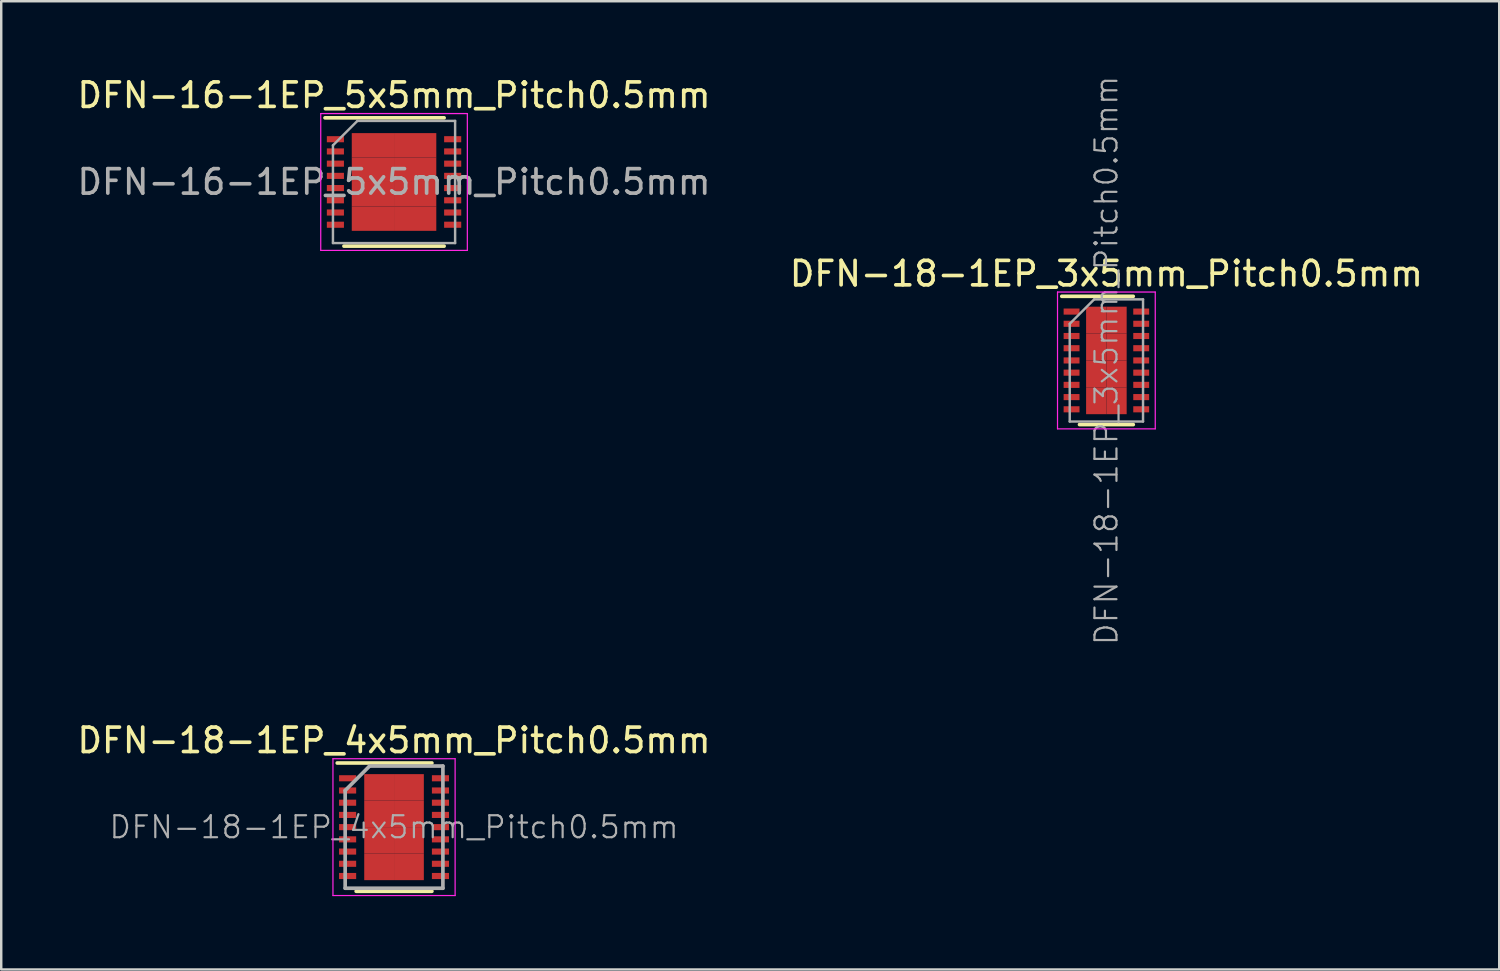
<source format=kicad_pcb>
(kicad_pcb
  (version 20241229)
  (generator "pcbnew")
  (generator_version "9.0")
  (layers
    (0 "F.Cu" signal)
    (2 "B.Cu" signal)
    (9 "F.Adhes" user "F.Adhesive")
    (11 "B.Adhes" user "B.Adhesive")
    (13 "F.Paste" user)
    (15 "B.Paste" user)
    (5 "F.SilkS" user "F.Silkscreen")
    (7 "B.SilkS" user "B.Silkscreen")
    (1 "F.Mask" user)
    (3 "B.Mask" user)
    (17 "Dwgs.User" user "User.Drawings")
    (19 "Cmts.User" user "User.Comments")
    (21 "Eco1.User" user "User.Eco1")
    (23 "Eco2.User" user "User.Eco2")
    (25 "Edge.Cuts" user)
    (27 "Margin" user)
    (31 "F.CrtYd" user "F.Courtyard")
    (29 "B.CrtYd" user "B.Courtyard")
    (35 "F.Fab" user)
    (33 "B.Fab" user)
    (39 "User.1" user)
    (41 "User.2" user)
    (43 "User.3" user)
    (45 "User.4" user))
  (footprint "DFN-18-1EP_3x5mm_Pitch0.5mm"
    (layer "F.Cu")
    (at 42.232 11.702)
    (property "Reference" "DFN-18-1EP_3x5mm_Pitch0.5mm" (at 0 -3.55 0) (layer "F.SilkS") (effects (font (size 1 1) (thickness 0.15))))
    (attr smd)
    (fp_line (start -1.825 -2.625) (end 1.1 -2.625) (stroke (width 0.15) (type solid)) (layer "F.SilkS"))
    (fp_line (start -1.1 2.625) (end 1.1 2.625) (stroke (width 0.15) (type solid)) (layer "F.SilkS"))
    (fp_line (start -2 -2.8) (end -2 2.8) (stroke (width 0.05) (type solid)) (layer "F.CrtYd"))
    (fp_line (start -2 -2.8) (end 2 -2.8) (stroke (width 0.05) (type solid)) (layer "F.CrtYd"))
    (fp_line (start -2 2.8) (end 2 2.8) (stroke (width 0.05) (type solid)) (layer "F.CrtYd"))
    (fp_line (start 2 -2.8) (end 2 2.8) (stroke (width 0.05) (type solid)) (layer "F.CrtYd"))
    (fp_line (start -1.5 -1.5) (end -0.5 -2.5) (stroke (width 0.1) (type solid)) (layer "F.Fab"))
    (fp_line (start -1.5 2.5) (end -1.5 -1.5) (stroke (width 0.1) (type solid)) (layer "F.Fab"))
    (fp_line (start -0.5 -2.5) (end 1.5 -2.5) (stroke (width 0.1) (type solid)) (layer "F.Fab"))
    (fp_line (start 1.5 -2.5) (end 1.5 2.5) (stroke (width 0.1) (type solid)) (layer "F.Fab"))
    (fp_line (start 1.5 2.5) (end -1.5 2.5) (stroke (width 0.1) (type solid)) (layer "F.Fab"))
    (fp_text user "${REFERENCE}" (at 0 0 90) (layer "F.Fab") (effects (font (size 0.9 0.9) (thickness 0.09))))
    (pad "1" smd rect (at -1.425 -2) (size 0.65 0.25) (layers "F.Cu" "F.Mask" "F.Paste"))
    (pad "2" smd rect (at -1.425 -1.5) (size 0.65 0.25) (layers "F.Cu" "F.Mask" "F.Paste"))
    (pad "3" smd rect (at -1.425 -1) (size 0.65 0.25) (layers "F.Cu" "F.Mask" "F.Paste"))
    (pad "4" smd rect (at -1.425 -0.5) (size 0.65 0.25) (layers "F.Cu" "F.Mask" "F.Paste"))
    (pad "5" smd rect (at -1.425 0) (size 0.65 0.25) (layers "F.Cu" "F.Mask" "F.Paste"))
    (pad "6" smd rect (at -1.425 0.5) (size 0.65 0.25) (layers "F.Cu" "F.Mask" "F.Paste"))
    (pad "7" smd rect (at -1.425 1) (size 0.65 0.25) (layers "F.Cu" "F.Mask" "F.Paste"))
    (pad "8" smd rect (at -1.425 1.5) (size 0.65 0.25) (layers "F.Cu" "F.Mask" "F.Paste"))
    (pad "9" smd rect (at -1.425 2) (size 0.65 0.25) (layers "F.Cu" "F.Mask" "F.Paste"))
    (pad "10" smd rect (at 1.425 2) (size 0.65 0.25) (layers "F.Cu" "F.Mask" "F.Paste"))
    (pad "11" smd rect (at 1.425 1.5) (size 0.65 0.25) (layers "F.Cu" "F.Mask" "F.Paste"))
    (pad "12" smd rect (at 1.425 1) (size 0.65 0.25) (layers "F.Cu" "F.Mask" "F.Paste"))
    (pad "13" smd rect (at 1.425 0.5) (size 0.65 0.25) (layers "F.Cu" "F.Mask" "F.Paste"))
    (pad "14" smd rect (at 1.425 0) (size 0.65 0.25) (layers "F.Cu" "F.Mask" "F.Paste"))
    (pad "15" smd rect (at 1.425 -0.5) (size 0.65 0.25) (layers "F.Cu" "F.Mask" "F.Paste"))
    (pad "16" smd rect (at 1.425 -1) (size 0.65 0.25) (layers "F.Cu" "F.Mask" "F.Paste"))
    (pad "17" smd rect (at 1.425 -1.5) (size 0.65 0.25) (layers "F.Cu" "F.Mask" "F.Paste"))
    (pad "18" smd rect (at 1.425 -2) (size 0.65 0.25) (layers "F.Cu" "F.Mask" "F.Paste"))
    (pad "19" smd rect (at -0.415 -1.65) (size 0.83 1.1) (layers "F.Cu" "F.Mask" "F.Paste"))
    (pad "19" smd rect (at -0.415 -0.55) (size 0.83 1.1) (layers "F.Cu" "F.Mask" "F.Paste"))
    (pad "19" smd rect (at -0.415 0.55) (size 0.83 1.1) (layers "F.Cu" "F.Mask" "F.Paste"))
    (pad "19" smd rect (at -0.415 1.65) (size 0.83 1.1) (layers "F.Cu" "F.Mask" "F.Paste"))
    (pad "19" smd rect (at 0.415 -1.65) (size 0.83 1.1) (layers "F.Cu" "F.Mask" "F.Paste"))
    (pad "19" smd rect (at 0.415 -0.55) (size 0.83 1.1) (layers "F.Cu" "F.Mask" "F.Paste"))
    (pad "19" smd rect (at 0.415 0.55) (size 0.83 1.1) (layers "F.Cu" "F.Mask" "F.Paste"))
    (pad "19" smd rect (at 0.415 1.65) (size 0.83 1.1) (layers "F.Cu" "F.Mask" "F.Paste")))
  (footprint "DFN-16-1EP_5x5mm_Pitch0.5mm"
    (layer "F.Cu")
    (at 13.077 4.398)
    (property "Reference" "DFN-16-1EP_5x5mm_Pitch0.5mm" (at 0 -3.55 0) (layer "F.SilkS") (effects (font (size 1 1) (thickness 0.15))))
    (attr smd)
    (fp_line (start -2.825 -2.625) (end 2.05 -2.625) (stroke (width 0.15) (type solid)) (layer "F.SilkS"))
    (fp_line (start -2.05 2.625) (end 2.05 2.625) (stroke (width 0.15) (type solid)) (layer "F.SilkS"))
    (fp_line (start -3 -2.8) (end -3 2.8) (stroke (width 0.05) (type solid)) (layer "F.CrtYd"))
    (fp_line (start -3 -2.8) (end 3 -2.8) (stroke (width 0.05) (type solid)) (layer "F.CrtYd"))
    (fp_line (start -3 2.8) (end 3 2.8) (stroke (width 0.05) (type solid)) (layer "F.CrtYd"))
    (fp_line (start 3 -2.8) (end 3 2.8) (stroke (width 0.05) (type solid)) (layer "F.CrtYd"))
    (fp_line (start -2.5 -1.5) (end -1.5 -2.5) (stroke (width 0.1) (type solid)) (layer "F.Fab"))
    (fp_line (start -2.5 2.5) (end -2.5 -1.5) (stroke (width 0.1) (type solid)) (layer "F.Fab"))
    (fp_line (start -1.5 -2.5) (end 2.5 -2.5) (stroke (width 0.1) (type solid)) (layer "F.Fab"))
    (fp_line (start 2.5 -2.5) (end 2.5 2.5) (stroke (width 0.1) (type solid)) (layer "F.Fab"))
    (fp_line (start 2.5 2.5) (end -2.5 2.5) (stroke (width 0.1) (type solid)) (layer "F.Fab"))
    (fp_text user "${REFERENCE}" (at 0 0 0) (layer "F.Fab") (effects (font (size 1 1) (thickness 0.15))))
    (pad "1" smd rect (at -2.4 -1.75) (size 0.7 0.25) (layers "F.Cu" "F.Mask" "F.Paste"))
    (pad "2" smd rect (at -2.4 -1.25) (size 0.7 0.25) (layers "F.Cu" "F.Mask" "F.Paste"))
    (pad "3" smd rect (at -2.4 -0.75) (size 0.7 0.25) (layers "F.Cu" "F.Mask" "F.Paste"))
    (pad "4" smd rect (at -2.4 -0.25) (size 0.7 0.25) (layers "F.Cu" "F.Mask" "F.Paste"))
    (pad "5" smd rect (at -2.4 0.25) (size 0.7 0.25) (layers "F.Cu" "F.Mask" "F.Paste"))
    (pad "6" smd rect (at -2.4 0.75) (size 0.7 0.25) (layers "F.Cu" "F.Mask" "F.Paste"))
    (pad "7" smd rect (at -2.4 1.25) (size 0.7 0.25) (layers "F.Cu" "F.Mask" "F.Paste"))
    (pad "8" smd rect (at -2.4 1.75) (size 0.7 0.25) (layers "F.Cu" "F.Mask" "F.Paste"))
    (pad "9" smd rect (at 2.4 1.75) (size 0.7 0.25) (layers "F.Cu" "F.Mask" "F.Paste"))
    (pad "10" smd rect (at 2.4 1.25) (size 0.7 0.25) (layers "F.Cu" "F.Mask" "F.Paste"))
    (pad "11" smd rect (at 2.4 0.75) (size 0.7 0.25) (layers "F.Cu" "F.Mask" "F.Paste"))
    (pad "12" smd rect (at 2.4 0.25) (size 0.7 0.25) (layers "F.Cu" "F.Mask" "F.Paste"))
    (pad "13" smd rect (at 2.4 -0.25) (size 0.7 0.25) (layers "F.Cu" "F.Mask" "F.Paste"))
    (pad "14" smd rect (at 2.4 -0.75) (size 0.7 0.25) (layers "F.Cu" "F.Mask" "F.Paste"))
    (pad "15" smd rect (at 2.4 -1.25) (size 0.7 0.25) (layers "F.Cu" "F.Mask" "F.Paste"))
    (pad "16" smd rect (at 2.4 -1.75) (size 0.7 0.25) (layers "F.Cu" "F.Mask" "F.Paste"))
    (pad "17" smd rect (at -0.865 -1.5) (size 1.73 1) (layers "F.Cu" "F.Mask" "F.Paste"))
    (pad "17" smd rect (at -0.865 -0.5) (size 1.73 1) (layers "F.Cu" "F.Mask" "F.Paste"))
    (pad "17" smd rect (at -0.865 0.5) (size 1.73 1) (layers "F.Cu" "F.Mask" "F.Paste"))
    (pad "17" smd rect (at -0.865 1.5) (size 1.73 1) (layers "F.Cu" "F.Mask" "F.Paste"))
    (pad "17" smd rect (at 0.865 -1.5) (size 1.73 1) (layers "F.Cu" "F.Mask" "F.Paste"))
    (pad "17" smd rect (at 0.865 -0.5) (size 1.73 1) (layers "F.Cu" "F.Mask" "F.Paste"))
    (pad "17" smd rect (at 0.865 0.5) (size 1.73 1) (layers "F.Cu" "F.Mask" "F.Paste"))
    (pad "17" smd rect (at 0.865 1.5) (size 1.73 1) (layers "F.Cu" "F.Mask" "F.Paste")))
  (footprint "DFN-18-1EP_4x5mm_Pitch0.5mm"
    (layer "F.Cu")
    (at 13.077 30.803)
    (property "Reference" "DFN-18-1EP_4x5mm_Pitch0.5mm" (at 0 -3.55 0) (layer "F.SilkS") (effects (font (size 1 1) (thickness 0.15))))
    (attr smd)
    (fp_line (start -2.325 -2.625) (end 1.55 -2.625) (stroke (width 0.15) (type solid)) (layer "F.SilkS"))
    (fp_line (start -1.55 2.625) (end 1.55 2.625) (stroke (width 0.15) (type solid)) (layer "F.SilkS"))
    (fp_line (start -2.5 -2.8) (end -2.5 2.8) (stroke (width 0.05) (type solid)) (layer "F.CrtYd"))
    (fp_line (start -2.5 -2.8) (end 2.5 -2.8) (stroke (width 0.05) (type solid)) (layer "F.CrtYd"))
    (fp_line (start -2.5 2.8) (end 2.5 2.8) (stroke (width 0.05) (type solid)) (layer "F.CrtYd"))
    (fp_line (start 2.5 -2.8) (end 2.5 2.8) (stroke (width 0.05) (type solid)) (layer "F.CrtYd"))
    (fp_line (start -2 -1.5) (end -1 -2.5) (stroke (width 0.15) (type solid)) (layer "F.Fab"))
    (fp_line (start -2 2.5) (end -2 -1.5) (stroke (width 0.15) (type solid)) (layer "F.Fab"))
    (fp_line (start -1 -2.5) (end 2 -2.5) (stroke (width 0.15) (type solid)) (layer "F.Fab"))
    (fp_line (start 2 -2.5) (end 2 2.5) (stroke (width 0.15) (type solid)) (layer "F.Fab"))
    (fp_line (start 2 2.5) (end -2 2.5) (stroke (width 0.15) (type solid)) (layer "F.Fab"))
    (fp_text user "${REFERENCE}" (at 0 0 0) (layer "F.Fab") (effects (font (size 0.9 0.9) (thickness 0.09))))
    (pad "1" smd rect (at -1.9 -2) (size 0.7 0.25) (layers "F.Cu" "F.Mask" "F.Paste"))
    (pad "2" smd rect (at -1.9 -1.5) (size 0.7 0.25) (layers "F.Cu" "F.Mask" "F.Paste"))
    (pad "3" smd rect (at -1.9 -1) (size 0.7 0.25) (layers "F.Cu" "F.Mask" "F.Paste"))
    (pad "4" smd rect (at -1.9 -0.5) (size 0.7 0.25) (layers "F.Cu" "F.Mask" "F.Paste"))
    (pad "5" smd rect (at -1.9 0) (size 0.7 0.25) (layers "F.Cu" "F.Mask" "F.Paste"))
    (pad "6" smd rect (at -1.9 0.5) (size 0.7 0.25) (layers "F.Cu" "F.Mask" "F.Paste"))
    (pad "7" smd rect (at -1.9 1) (size 0.7 0.25) (layers "F.Cu" "F.Mask" "F.Paste"))
    (pad "8" smd rect (at -1.9 1.5) (size 0.7 0.25) (layers "F.Cu" "F.Mask" "F.Paste"))
    (pad "9" smd rect (at -1.9 2) (size 0.7 0.25) (layers "F.Cu" "F.Mask" "F.Paste"))
    (pad "10" smd rect (at 1.9 2) (size 0.7 0.25) (layers "F.Cu" "F.Mask" "F.Paste"))
    (pad "11" smd rect (at 1.9 1.5) (size 0.7 0.25) (layers "F.Cu" "F.Mask" "F.Paste"))
    (pad "12" smd rect (at 1.9 1) (size 0.7 0.25) (layers "F.Cu" "F.Mask" "F.Paste"))
    (pad "13" smd rect (at 1.9 0.5) (size 0.7 0.25) (layers "F.Cu" "F.Mask" "F.Paste"))
    (pad "14" smd rect (at 1.9 0) (size 0.7 0.25) (layers "F.Cu" "F.Mask" "F.Paste"))
    (pad "15" smd rect (at 1.9 -0.5) (size 0.7 0.25) (layers "F.Cu" "F.Mask" "F.Paste"))
    (pad "16" smd rect (at 1.9 -1) (size 0.7 0.25) (layers "F.Cu" "F.Mask" "F.Paste"))
    (pad "17" smd rect (at 1.9 -1.5) (size 0.7 0.25) (layers "F.Cu" "F.Mask" "F.Paste"))
    (pad "18" smd rect (at 1.9 -2) (size 0.7 0.25) (layers "F.Cu" "F.Mask" "F.Paste"))
    (pad "19" smd rect (at -0.61 -1.627) (size 1.22 1.085) (layers "F.Cu" "F.Mask" "F.Paste"))
    (pad "19" smd rect (at -0.61 -0.542) (size 1.22 1.085) (layers "F.Cu" "F.Mask" "F.Paste"))
    (pad "19" smd rect (at -0.61 0.542) (size 1.22 1.085) (layers "F.Cu" "F.Mask" "F.Paste"))
    (pad "19" smd rect (at -0.61 1.627) (size 1.22 1.085) (layers "F.Cu" "F.Mask" "F.Paste"))
    (pad "19" smd rect (at 0.61 -1.627) (size 1.22 1.085) (layers "F.Cu" "F.Mask" "F.Paste"))
    (pad "19" smd rect (at 0.61 -0.542) (size 1.22 1.085) (layers "F.Cu" "F.Mask" "F.Paste"))
    (pad "19" smd rect (at 0.61 0.542) (size 1.22 1.085) (layers "F.Cu" "F.Mask" "F.Paste"))
    (pad "19" smd rect (at 0.61 1.627) (size 1.22 1.085) (layers "F.Cu" "F.Mask" "F.Paste")))
  (gr_rect
    (start -3 -3)
    (end 58.31 36.628)
    (stroke (width 0.1) (type default))
    (fill no)
    (layer "Edge.Cuts")))
</source>
